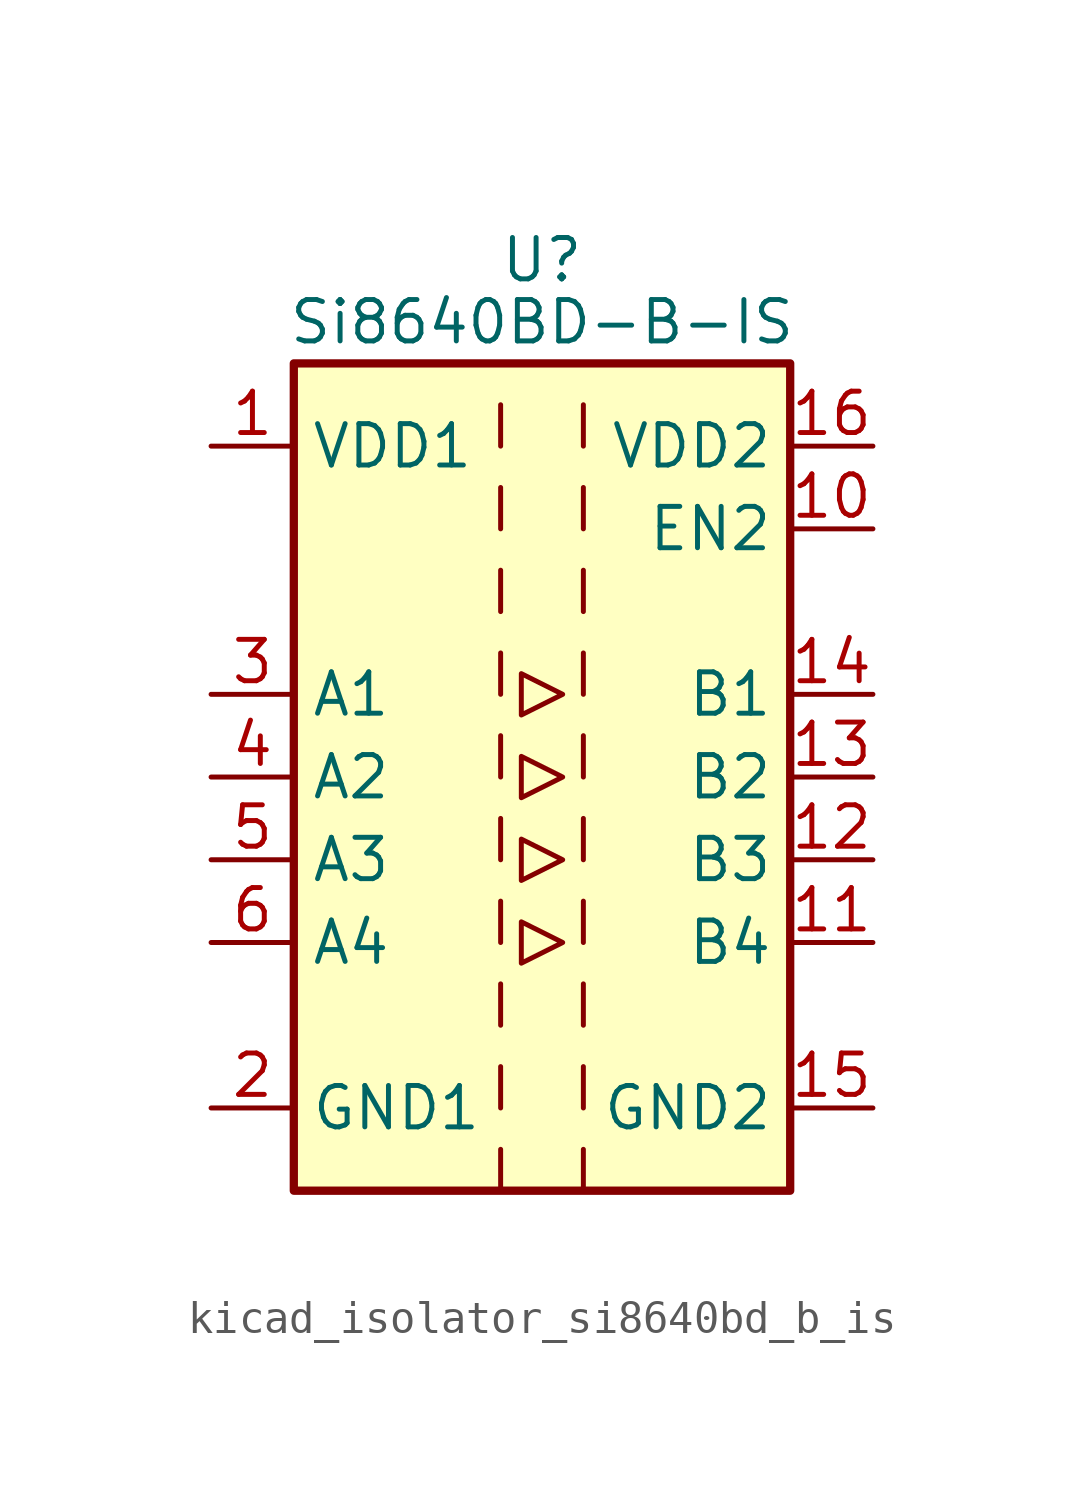
<source format=kicad_sym>
(kicad_symbol_lib
  (version 20220914)
  (generator kicad_symbol_editor)
  (symbol "kicad_isolator_si8640bd_b_is"
    (property "Reference" "U"
      (at 0 15.875 0)
      (effects (font (size 1.27 1.27))))
    (property "Value" "Si8640BD-B-IS"
      (at 0 13.97 0)
      (effects (font (size 1.27 1.27))))
    (symbol "kicad_isolator_si8640bd_b_is_0_1"
      (rectangle (start -7.62 12.7) (end 7.62 -12.7) (stroke (width 0.254) (type default)) (fill (type background)))
      (polyline (pts (xy -1.27 -11.43) (xy -1.27 -12.7)) (stroke (width 0) (type default)) (fill (type none)))
      (polyline (pts (xy -1.27 -8.89) (xy -1.27 -10.16)) (stroke (width 0) (type default)) (fill (type none)))
      (polyline (pts (xy -1.27 -6.35) (xy -1.27 -7.62)) (stroke (width 0) (type default)) (fill (type none)))
      (polyline (pts (xy -1.27 -3.81) (xy -1.27 -5.08)) (stroke (width 0) (type default)) (fill (type none)))
      (polyline (pts (xy -1.27 -1.27) (xy -1.27 -2.54)) (stroke (width 0) (type default)) (fill (type none)))
      (polyline (pts (xy -1.27 1.27) (xy -1.27 0)) (stroke (width 0) (type default)) (fill (type none)))
      (polyline (pts (xy -1.27 3.81) (xy -1.27 2.54)) (stroke (width 0) (type default)) (fill (type none)))
      (polyline (pts (xy -1.27 6.35) (xy -1.27 5.08)) (stroke (width 0) (type default)) (fill (type none)))
      (polyline (pts (xy -1.27 8.89) (xy -1.27 7.62)) (stroke (width 0) (type default)) (fill (type none)))
      (polyline (pts (xy -1.27 11.43) (xy -1.27 10.16)) (stroke (width 0) (type default)) (fill (type none)))
      (polyline (pts (xy 1.27 -11.43) (xy 1.27 -12.7)) (stroke (width 0) (type default)) (fill (type none)))
      (polyline (pts (xy 1.27 -8.89) (xy 1.27 -10.16)) (stroke (width 0) (type default)) (fill (type none)))
      (polyline (pts (xy 1.27 -6.35) (xy 1.27 -7.62)) (stroke (width 0) (type default)) (fill (type none)))
      (polyline (pts (xy 1.27 -3.81) (xy 1.27 -5.08)) (stroke (width 0) (type default)) (fill (type none)))
      (polyline (pts (xy 1.27 -1.27) (xy 1.27 -2.54)) (stroke (width 0) (type default)) (fill (type none)))
      (polyline (pts (xy 1.27 1.27) (xy 1.27 0)) (stroke (width 0) (type default)) (fill (type none)))
      (polyline (pts (xy 1.27 3.81) (xy 1.27 2.54)) (stroke (width 0) (type default)) (fill (type none)))
      (polyline (pts (xy 1.27 6.35) (xy 1.27 5.08)) (stroke (width 0) (type default)) (fill (type none)))
      (polyline (pts (xy 1.27 8.89) (xy 1.27 7.62)) (stroke (width 0) (type default)) (fill (type none)))
      (polyline (pts (xy 1.27 11.43) (xy 1.27 10.16)) (stroke (width 0) (type default)) (fill (type none)))
      (polyline (pts (xy -0.635 0.635) (xy -0.635 -0.635) (xy 0.635 0) (xy -0.635 0.635)) (stroke (width 0) (type default)) (fill (type none)))
      (polyline (pts (xy -0.635 3.175) (xy -0.635 1.905) (xy 0.635 2.54) (xy -0.635 3.175)) (stroke (width 0) (type default)) (fill (type none)))
      (polyline (pts (xy 0.635 -5.08) (xy -0.635 -4.445) (xy -0.635 -5.715) (xy 0.635 -5.08)) (stroke (width 0) (type default)) (fill (type none)))
      (polyline (pts (xy 0.635 -2.54) (xy -0.635 -1.905) (xy -0.635 -3.175) (xy 0.635 -2.54)) (stroke (width 0) (type default)) (fill (type none))))
    (symbol "kicad_isolator_si8640bd_b_is_1_1"
      (pin power_in line (at -10.16 10.16 0) (length 2.54) (name "VDD1" (effects (font (size 1.27 1.27)))) (number "1" (effects (font (size 1.27 1.27)))))
      (pin input line (at 10.16 7.62 180) (length 2.54) (name "EN2" (effects (font (size 1.27 1.27)))) (number "10" (effects (font (size 1.27 1.27)))))
      (pin output line (at 10.16 -5.08 180) (length 2.54) (name "B4" (effects (font (size 1.27 1.27)))) (number "11" (effects (font (size 1.27 1.27)))))
      (pin output line (at 10.16 -2.54 180) (length 2.54) (name "B3" (effects (font (size 1.27 1.27)))) (number "12" (effects (font (size 1.27 1.27)))))
      (pin output line (at 10.16 0 180) (length 2.54) (name "B2" (effects (font (size 1.27 1.27)))) (number "13" (effects (font (size 1.27 1.27)))))
      (pin output line (at 10.16 2.54 180) (length 2.54) (name "B1" (effects (font (size 1.27 1.27)))) (number "14" (effects (font (size 1.27 1.27)))))
      (pin power_in line (at 10.16 -10.16 180) (length 2.54) (name "GND2" (effects (font (size 1.27 1.27)))) (number "15" (effects (font (size 1.27 1.27)))))
      (pin power_in line (at 10.16 10.16 180) (length 2.54) (name "VDD2" (effects (font (size 1.27 1.27)))) (number "16" (effects (font (size 1.27 1.27)))))
      (pin power_in line (at -10.16 -10.16 0) (length 2.54) (name "GND1" (effects (font (size 1.27 1.27)))) (number "2" (effects (font (size 1.27 1.27)))))
      (pin input line (at -10.16 2.54 0) (length 2.54) (name "A1" (effects (font (size 1.27 1.27)))) (number "3" (effects (font (size 1.27 1.27)))))
      (pin input line (at -10.16 0 0) (length 2.54) (name "A2" (effects (font (size 1.27 1.27)))) (number "4" (effects (font (size 1.27 1.27)))))
      (pin input line (at -10.16 -2.54 0) (length 2.54) (name "A3" (effects (font (size 1.27 1.27)))) (number "5" (effects (font (size 1.27 1.27)))))
      (pin input line (at -10.16 -5.08 0) (length 2.54) (name "A4" (effects (font (size 1.27 1.27)))) (number "6" (effects (font (size 1.27 1.27)))))
      (pin no_connect line (at -7.62 7.62 0) (length 2.54) hide (name "NC" (effects (font (size 1.27 1.27)))) (number "7" (effects (font (size 1.27 1.27)))))
      (pin passive line (at -10.16 -10.16 0) (length 2.54) hide (name "GND1" (effects (font (size 1.27 1.27)))) (number "8" (effects (font (size 1.27 1.27)))))
      (pin passive line (at 10.16 -10.16 180) (length 2.54) hide (name "GND2" (effects (font (size 1.27 1.27)))) (number "9" (effects (font (size 1.27 1.27))))))))
</source>
